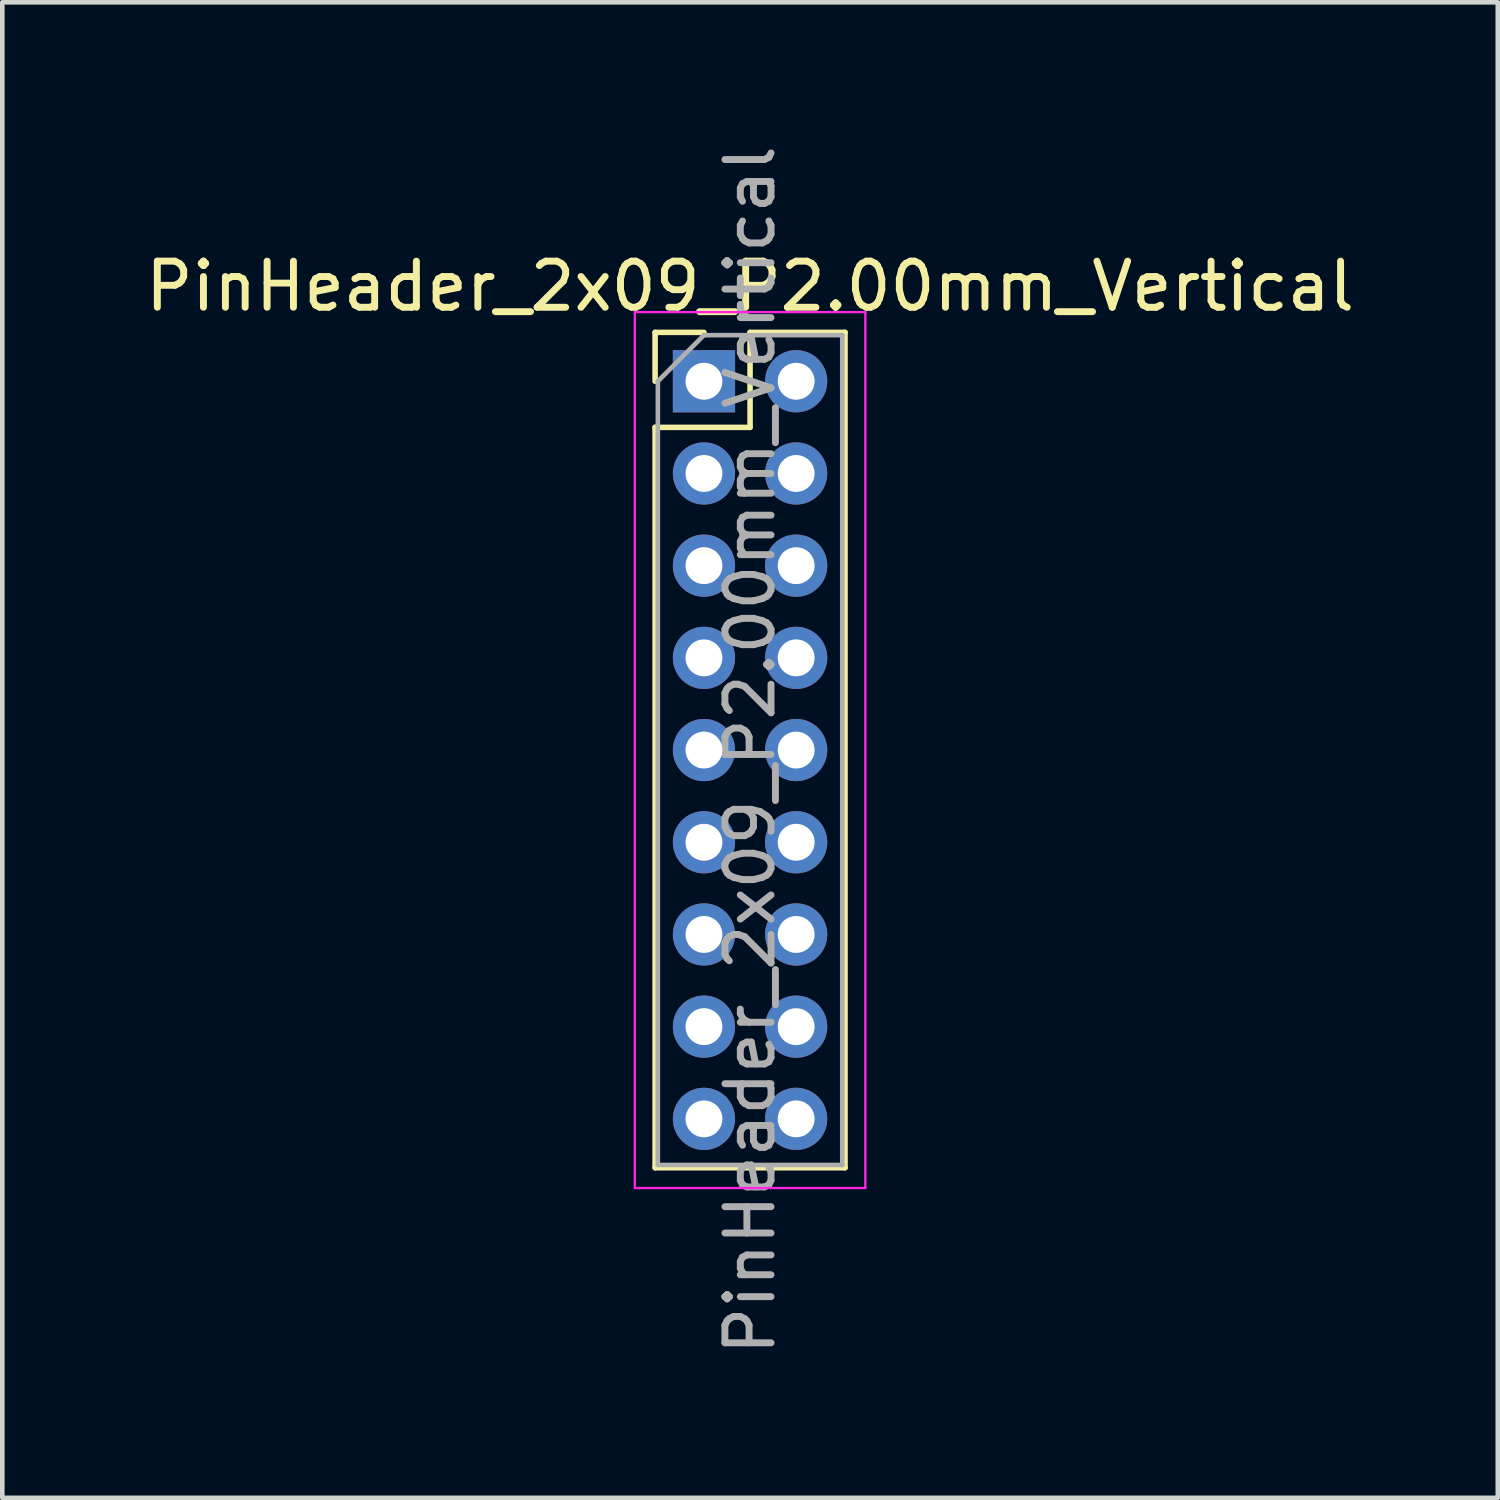
<source format=kicad_pcb>
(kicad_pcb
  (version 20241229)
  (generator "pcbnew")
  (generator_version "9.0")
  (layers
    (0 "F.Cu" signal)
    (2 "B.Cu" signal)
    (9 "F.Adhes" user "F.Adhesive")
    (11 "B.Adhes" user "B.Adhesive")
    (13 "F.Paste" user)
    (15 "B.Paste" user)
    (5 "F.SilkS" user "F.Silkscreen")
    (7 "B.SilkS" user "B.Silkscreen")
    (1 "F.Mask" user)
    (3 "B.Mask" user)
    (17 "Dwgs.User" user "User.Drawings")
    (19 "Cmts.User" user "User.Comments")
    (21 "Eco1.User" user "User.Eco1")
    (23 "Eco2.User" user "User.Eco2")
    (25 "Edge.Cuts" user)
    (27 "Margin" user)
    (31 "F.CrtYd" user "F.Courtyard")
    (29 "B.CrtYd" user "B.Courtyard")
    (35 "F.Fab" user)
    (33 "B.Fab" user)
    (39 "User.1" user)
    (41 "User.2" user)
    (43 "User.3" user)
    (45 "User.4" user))
  (footprint "PinHeader_2x09_P2.00mm_Vertical"
    (layer "F.Cu")
    (at 12.22 5.22)
    (property "Reference" "PinHeader_2x09_P2.00mm_Vertical" (at 1 -2.06 0) (layer "F.SilkS") (effects (font (size 1 1) (thickness 0.15))))
    (attr through_hole)
    (fp_line (start -1.06 -1.06) (end 0 -1.06) (stroke (width 0.12) (type solid)) (layer "F.SilkS"))
    (fp_line (start -1.06 0) (end -1.06 -1.06) (stroke (width 0.12) (type solid)) (layer "F.SilkS"))
    (fp_line (start -1.06 1) (end -1.06 17.06) (stroke (width 0.12) (type solid)) (layer "F.SilkS"))
    (fp_line (start -1.06 1) (end 1 1) (stroke (width 0.12) (type solid)) (layer "F.SilkS"))
    (fp_line (start -1.06 17.06) (end 3.06 17.06) (stroke (width 0.12) (type solid)) (layer "F.SilkS"))
    (fp_line (start 1 -1.06) (end 3.06 -1.06) (stroke (width 0.12) (type solid)) (layer "F.SilkS"))
    (fp_line (start 1 1) (end 1 -1.06) (stroke (width 0.12) (type solid)) (layer "F.SilkS"))
    (fp_line (start 3.06 -1.06) (end 3.06 17.06) (stroke (width 0.12) (type solid)) (layer "F.SilkS"))
    (fp_line (start -1.5 -1.5) (end -1.5 17.5) (stroke (width 0.05) (type solid)) (layer "F.CrtYd"))
    (fp_line (start -1.5 17.5) (end 3.5 17.5) (stroke (width 0.05) (type solid)) (layer "F.CrtYd"))
    (fp_line (start 3.5 -1.5) (end -1.5 -1.5) (stroke (width 0.05) (type solid)) (layer "F.CrtYd"))
    (fp_line (start 3.5 17.5) (end 3.5 -1.5) (stroke (width 0.05) (type solid)) (layer "F.CrtYd"))
    (fp_line (start -1 0) (end 0 -1) (stroke (width 0.1) (type solid)) (layer "F.Fab"))
    (fp_line (start -1 17) (end -1 0) (stroke (width 0.1) (type solid)) (layer "F.Fab"))
    (fp_line (start 0 -1) (end 3 -1) (stroke (width 0.1) (type solid)) (layer "F.Fab"))
    (fp_line (start 3 -1) (end 3 17) (stroke (width 0.1) (type solid)) (layer "F.Fab"))
    (fp_line (start 3 17) (end -1 17) (stroke (width 0.1) (type solid)) (layer "F.Fab"))
    (fp_text user "${REFERENCE}" (at 1 8 90) (layer "F.Fab") (effects (font (size 1 1) (thickness 0.15))))
    (pad "1" thru_hole rect (at 0 0) (size 1.35 1.35) (drill 0.8) (layers "*.Cu" "*.Mask"))
    (pad "2" thru_hole oval (at 2 0) (size 1.35 1.35) (drill 0.8) (layers "*.Cu" "*.Mask"))
    (pad "3" thru_hole oval (at 0 2) (size 1.35 1.35) (drill 0.8) (layers "*.Cu" "*.Mask"))
    (pad "4" thru_hole oval (at 2 2) (size 1.35 1.35) (drill 0.8) (layers "*.Cu" "*.Mask"))
    (pad "5" thru_hole oval (at 0 4) (size 1.35 1.35) (drill 0.8) (layers "*.Cu" "*.Mask"))
    (pad "6" thru_hole oval (at 2 4) (size 1.35 1.35) (drill 0.8) (layers "*.Cu" "*.Mask"))
    (pad "7" thru_hole oval (at 0 6) (size 1.35 1.35) (drill 0.8) (layers "*.Cu" "*.Mask"))
    (pad "8" thru_hole oval (at 2 6) (size 1.35 1.35) (drill 0.8) (layers "*.Cu" "*.Mask"))
    (pad "9" thru_hole oval (at 0 8) (size 1.35 1.35) (drill 0.8) (layers "*.Cu" "*.Mask"))
    (pad "10" thru_hole oval (at 2 8) (size 1.35 1.35) (drill 0.8) (layers "*.Cu" "*.Mask"))
    (pad "11" thru_hole oval (at 0 10) (size 1.35 1.35) (drill 0.8) (layers "*.Cu" "*.Mask"))
    (pad "12" thru_hole oval (at 2 10) (size 1.35 1.35) (drill 0.8) (layers "*.Cu" "*.Mask"))
    (pad "13" thru_hole oval (at 0 12) (size 1.35 1.35) (drill 0.8) (layers "*.Cu" "*.Mask"))
    (pad "14" thru_hole oval (at 2 12) (size 1.35 1.35) (drill 0.8) (layers "*.Cu" "*.Mask"))
    (pad "15" thru_hole oval (at 0 14) (size 1.35 1.35) (drill 0.8) (layers "*.Cu" "*.Mask"))
    (pad "16" thru_hole oval (at 2 14) (size 1.35 1.35) (drill 0.8) (layers "*.Cu" "*.Mask"))
    (pad "17" thru_hole oval (at 0 16) (size 1.35 1.35) (drill 0.8) (layers "*.Cu" "*.Mask"))
    (pad "18" thru_hole oval (at 2 16) (size 1.35 1.35) (drill 0.8) (layers "*.Cu" "*.Mask")))
  (gr_rect
    (start -3 -3)
    (end 29.44 29.44)
    (stroke (width 0.1) (type default))
    (fill no)
    (layer "Edge.Cuts")))
</source>
